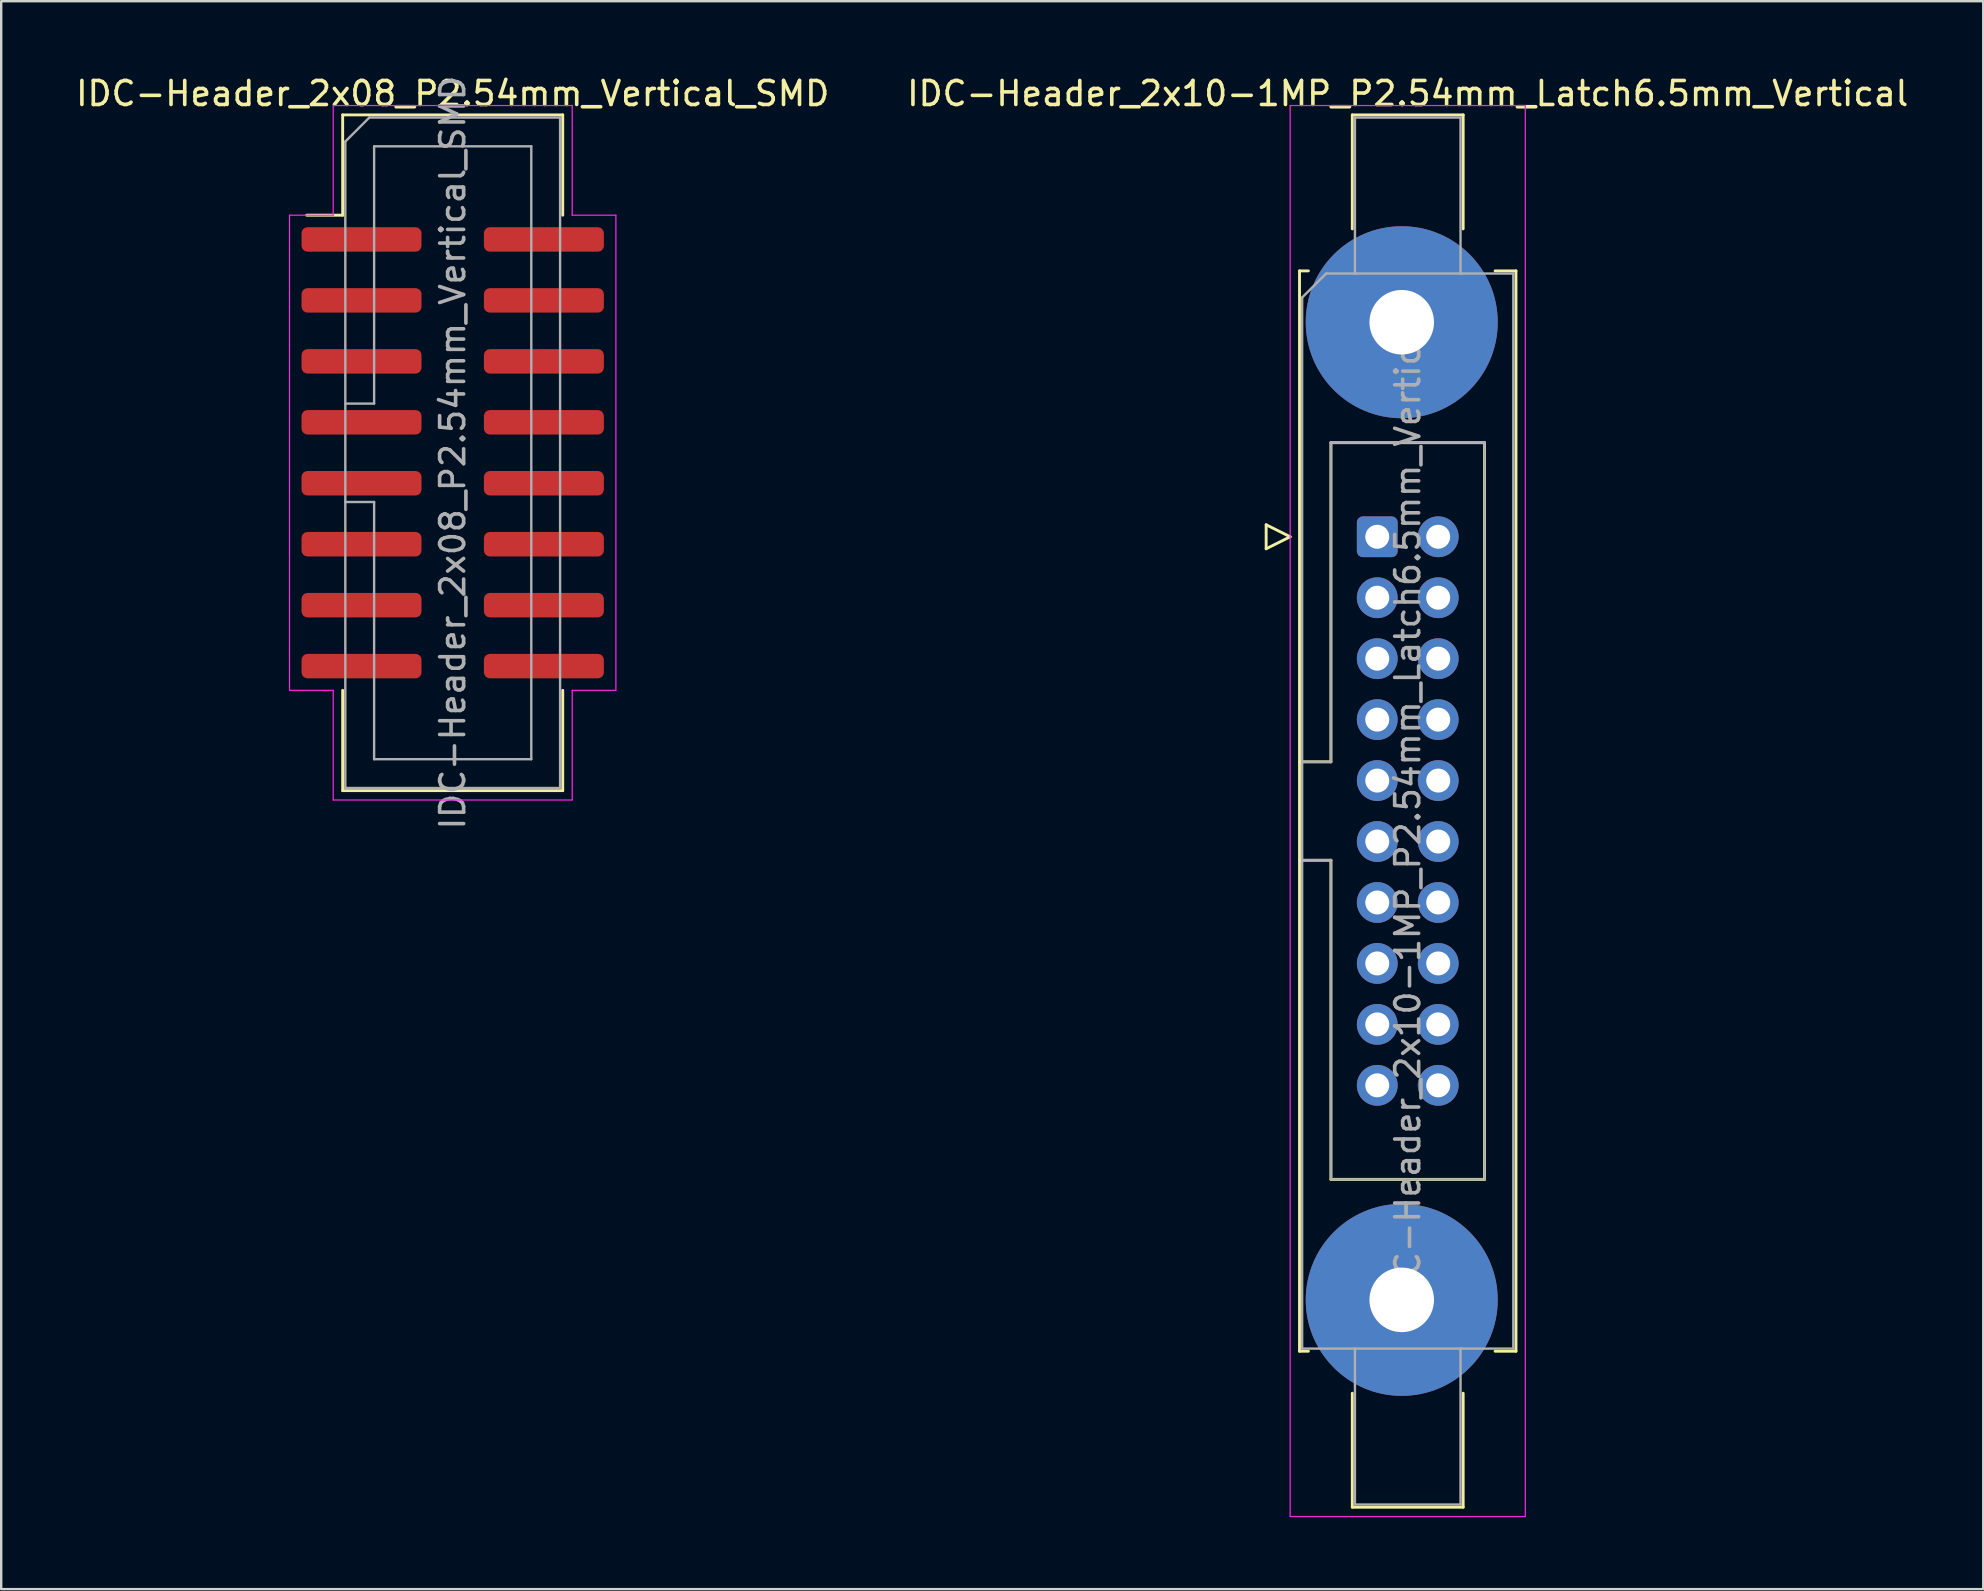
<source format=kicad_pcb>
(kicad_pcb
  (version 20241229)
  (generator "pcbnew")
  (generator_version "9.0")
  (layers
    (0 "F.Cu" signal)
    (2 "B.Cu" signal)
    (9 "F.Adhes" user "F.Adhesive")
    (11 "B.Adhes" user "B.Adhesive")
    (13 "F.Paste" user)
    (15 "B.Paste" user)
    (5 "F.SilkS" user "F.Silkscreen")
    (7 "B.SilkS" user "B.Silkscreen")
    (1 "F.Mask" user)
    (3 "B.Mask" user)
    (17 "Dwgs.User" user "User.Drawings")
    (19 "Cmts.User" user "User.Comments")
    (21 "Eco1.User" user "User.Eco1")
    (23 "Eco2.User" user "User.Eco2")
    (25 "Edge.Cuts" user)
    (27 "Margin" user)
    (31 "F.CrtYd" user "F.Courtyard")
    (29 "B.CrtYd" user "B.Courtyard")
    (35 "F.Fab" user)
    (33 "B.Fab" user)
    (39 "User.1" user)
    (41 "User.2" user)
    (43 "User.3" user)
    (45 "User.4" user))
  (footprint "IDC-Header_2x10-1MP_P2.54mm_Latch6.5mm_Vertical"
    (layer "F.Cu")
    (at 54.343 19.318)
    (property "Reference" "IDC-Header_2x10-1MP_P2.54mm_Latch6.5mm_Vertical" (at 1.27 -18.47 0) (layer "F.SilkS") (effects (font (size 1 1) (thickness 0.15))))
    (attr through_hole)
    (fp_line (start -4.63 -0.5) (end -4.63 0.5) (stroke (width 0.12) (type solid)) (layer "F.SilkS"))
    (fp_line (start -4.63 0.5) (end -3.63 0) (stroke (width 0.12) (type solid)) (layer "F.SilkS"))
    (fp_line (start -3.63 0) (end -4.63 -0.5) (stroke (width 0.12) (type solid)) (layer "F.SilkS"))
    (fp_line (start -3.24 -11.08) (end -3.24 33.94) (stroke (width 0.12) (type solid)) (layer "F.SilkS"))
    (fp_line (start -3.24 9.38) (end -1.93 9.38) (stroke (width 0.12) (type solid)) (layer "F.SilkS"))
    (fp_line (start -3.24 33.94) (end -2.87 33.94) (stroke (width 0.12) (type solid)) (layer "F.SilkS"))
    (fp_line (start -2.87 -11.08) (end -3.24 -11.08) (stroke (width 0.12) (type solid)) (layer "F.SilkS"))
    (fp_line (start -1.93 -3.92) (end 4.47 -3.92) (stroke (width 0.12) (type solid)) (layer "F.SilkS"))
    (fp_line (start -1.93 9.38) (end -1.93 -3.92) (stroke (width 0.12) (type solid)) (layer "F.SilkS"))
    (fp_line (start -1.93 13.48) (end -3.24 13.48) (stroke (width 0.12) (type solid)) (layer "F.SilkS"))
    (fp_line (start -1.93 26.78) (end -1.93 13.48) (stroke (width 0.12) (type solid)) (layer "F.SilkS"))
    (fp_line (start -1.04 -17.58) (end 3.58 -17.58) (stroke (width 0.12) (type solid)) (layer "F.SilkS"))
    (fp_line (start -1.04 -12.83) (end -1.04 -17.58) (stroke (width 0.12) (type solid)) (layer "F.SilkS"))
    (fp_line (start -1.04 35.69) (end -1.04 40.44) (stroke (width 0.12) (type solid)) (layer "F.SilkS"))
    (fp_line (start -1.04 40.44) (end 3.58 40.44) (stroke (width 0.12) (type solid)) (layer "F.SilkS"))
    (fp_line (start 3.58 -17.58) (end 3.58 -12.83) (stroke (width 0.12) (type solid)) (layer "F.SilkS"))
    (fp_line (start 3.58 40.44) (end 3.58 35.69) (stroke (width 0.12) (type solid)) (layer "F.SilkS"))
    (fp_line (start 4.47 -3.92) (end 4.47 26.78) (stroke (width 0.12) (type solid)) (layer "F.SilkS"))
    (fp_line (start 4.47 26.78) (end -1.93 26.78) (stroke (width 0.12) (type solid)) (layer "F.SilkS"))
    (fp_line (start 4.91 -11.08) (end 5.78 -11.08) (stroke (width 0.12) (type solid)) (layer "F.SilkS"))
    (fp_line (start 5.78 -11.08) (end 5.78 33.94) (stroke (width 0.12) (type solid)) (layer "F.SilkS"))
    (fp_line (start 5.78 33.94) (end 4.91 33.94) (stroke (width 0.12) (type solid)) (layer "F.SilkS"))
    (fp_line (start -3.63 -17.97) (end -3.63 40.83) (stroke (width 0.05) (type solid)) (layer "F.CrtYd"))
    (fp_line (start -3.63 40.83) (end 6.17 40.83) (stroke (width 0.05) (type solid)) (layer "F.CrtYd"))
    (fp_line (start 6.17 -17.97) (end -3.63 -17.97) (stroke (width 0.05) (type solid)) (layer "F.CrtYd"))
    (fp_line (start 6.17 40.83) (end 6.17 -17.97) (stroke (width 0.05) (type solid)) (layer "F.CrtYd"))
    (fp_line (start -3.13 -9.97) (end -2.13 -10.97) (stroke (width 0.1) (type solid)) (layer "F.Fab"))
    (fp_line (start -3.13 9.38) (end -1.93 9.38) (stroke (width 0.1) (type solid)) (layer "F.Fab"))
    (fp_line (start -3.13 33.83) (end -3.13 -9.97) (stroke (width 0.1) (type solid)) (layer "F.Fab"))
    (fp_line (start -2.13 -10.97) (end 5.67 -10.97) (stroke (width 0.1) (type solid)) (layer "F.Fab"))
    (fp_line (start -1.93 -3.92) (end 4.47 -3.92) (stroke (width 0.1) (type solid)) (layer "F.Fab"))
    (fp_line (start -1.93 9.38) (end -1.93 -3.92) (stroke (width 0.1) (type solid)) (layer "F.Fab"))
    (fp_line (start -1.93 13.48) (end -3.13 13.48) (stroke (width 0.1) (type solid)) (layer "F.Fab"))
    (fp_line (start -1.93 26.78) (end -1.93 13.48) (stroke (width 0.1) (type solid)) (layer "F.Fab"))
    (fp_line (start -0.93 -17.47) (end 3.47 -17.47) (stroke (width 0.1) (type solid)) (layer "F.Fab"))
    (fp_line (start -0.93 -10.97) (end -0.93 -17.47) (stroke (width 0.1) (type solid)) (layer "F.Fab"))
    (fp_line (start -0.93 33.83) (end -0.93 40.33) (stroke (width 0.1) (type solid)) (layer "F.Fab"))
    (fp_line (start -0.93 40.33) (end 3.47 40.33) (stroke (width 0.1) (type solid)) (layer "F.Fab"))
    (fp_line (start 3.47 -17.47) (end 3.47 -10.97) (stroke (width 0.1) (type solid)) (layer "F.Fab"))
    (fp_line (start 3.47 40.33) (end 3.47 33.83) (stroke (width 0.1) (type solid)) (layer "F.Fab"))
    (fp_line (start 4.47 -3.92) (end 4.47 26.78) (stroke (width 0.1) (type solid)) (layer "F.Fab"))
    (fp_line (start 4.47 26.78) (end -1.93 26.78) (stroke (width 0.1) (type solid)) (layer "F.Fab"))
    (fp_line (start 5.67 -10.97) (end 5.67 33.83) (stroke (width 0.1) (type solid)) (layer "F.Fab"))
    (fp_line (start 5.67 33.83) (end -3.13 33.83) (stroke (width 0.1) (type solid)) (layer "F.Fab"))
    (fp_text user "${REFERENCE}" (at 1.27 11.43 90) (layer "F.Fab") (effects (font (size 1 1) (thickness 0.15))))
    (pad "1" thru_hole roundrect (at 0 0) (size 1.7 1.7) (drill 1) (layers "*.Cu" "*.Mask") (roundrect_rratio 0.147))
    (pad "2" thru_hole circle (at 2.54 0) (size 1.7 1.7) (drill 1) (layers "*.Cu" "*.Mask"))
    (pad "3" thru_hole circle (at 0 2.54) (size 1.7 1.7) (drill 1) (layers "*.Cu" "*.Mask"))
    (pad "4" thru_hole circle (at 2.54 2.54) (size 1.7 1.7) (drill 1) (layers "*.Cu" "*.Mask"))
    (pad "5" thru_hole circle (at 0 5.08) (size 1.7 1.7) (drill 1) (layers "*.Cu" "*.Mask"))
    (pad "6" thru_hole circle (at 2.54 5.08) (size 1.7 1.7) (drill 1) (layers "*.Cu" "*.Mask"))
    (pad "7" thru_hole circle (at 0 7.62) (size 1.7 1.7) (drill 1) (layers "*.Cu" "*.Mask"))
    (pad "8" thru_hole circle (at 2.54 7.62) (size 1.7 1.7) (drill 1) (layers "*.Cu" "*.Mask"))
    (pad "9" thru_hole circle (at 0 10.16) (size 1.7 1.7) (drill 1) (layers "*.Cu" "*.Mask"))
    (pad "10" thru_hole circle (at 2.54 10.16) (size 1.7 1.7) (drill 1) (layers "*.Cu" "*.Mask"))
    (pad "11" thru_hole circle (at 0 12.7) (size 1.7 1.7) (drill 1) (layers "*.Cu" "*.Mask"))
    (pad "12" thru_hole circle (at 2.54 12.7) (size 1.7 1.7) (drill 1) (layers "*.Cu" "*.Mask"))
    (pad "13" thru_hole circle (at 0 15.24) (size 1.7 1.7) (drill 1) (layers "*.Cu" "*.Mask"))
    (pad "14" thru_hole circle (at 2.54 15.24) (size 1.7 1.7) (drill 1) (layers "*.Cu" "*.Mask"))
    (pad "15" thru_hole circle (at 0 17.78) (size 1.7 1.7) (drill 1) (layers "*.Cu" "*.Mask"))
    (pad "16" thru_hole circle (at 2.54 17.78) (size 1.7 1.7) (drill 1) (layers "*.Cu" "*.Mask"))
    (pad "17" thru_hole circle (at 0 20.32) (size 1.7 1.7) (drill 1) (layers "*.Cu" "*.Mask"))
    (pad "18" thru_hole circle (at 2.54 20.32) (size 1.7 1.7) (drill 1) (layers "*.Cu" "*.Mask"))
    (pad "19" thru_hole circle (at 0 22.86) (size 1.7 1.7) (drill 1) (layers "*.Cu" "*.Mask"))
    (pad "20" thru_hole circle (at 2.54 22.86) (size 1.7 1.7) (drill 1) (layers "*.Cu" "*.Mask"))
    (pad "MP" thru_hole circle (at 1.02 -8.94) (size 8 8) (drill 2.69) (layers "*.Cu" "*.Mask"))
    (pad "MP" thru_hole circle (at 1.02 31.8) (size 8 8) (drill 2.69) (layers "*.Cu" "*.Mask")))
  (footprint "IDC-Header_2x08_P2.54mm_Vertical_SMD"
    (layer "F.Cu")
    (at 15.815 15.818)
    (property "Reference" "IDC-Header_2x08_P2.54mm_Vertical_SMD" (at 0 -14.97 0) (layer "F.SilkS") (effects (font (size 1 1) (thickness 0.15))))
    (attr smd)
    (fp_line (start -4.585 -14.08) (end 4.585 -14.08) (stroke (width 0.12) (type solid)) (layer "F.SilkS"))
    (fp_line (start -4.585 -9.9) (end -6.085 -9.9) (stroke (width 0.12) (type solid)) (layer "F.SilkS"))
    (fp_line (start -4.585 -9.9) (end -4.585 -14.08) (stroke (width 0.12) (type solid)) (layer "F.SilkS"))
    (fp_line (start -4.585 9.9) (end -4.585 14.08) (stroke (width 0.12) (type solid)) (layer "F.SilkS"))
    (fp_line (start -4.585 14.08) (end 4.585 14.08) (stroke (width 0.12) (type solid)) (layer "F.SilkS"))
    (fp_line (start 4.585 -14.08) (end 4.585 -9.9) (stroke (width 0.12) (type solid)) (layer "F.SilkS"))
    (fp_line (start 4.585 14.08) (end 4.585 9.9) (stroke (width 0.12) (type solid)) (layer "F.SilkS"))
    (fp_line (start -6.8 -9.9) (end -6.8 9.9) (stroke (width 0.05) (type solid)) (layer "F.CrtYd"))
    (fp_line (start -6.8 9.9) (end -4.98 9.9) (stroke (width 0.05) (type solid)) (layer "F.CrtYd"))
    (fp_line (start -4.98 -14.47) (end -4.98 -9.9) (stroke (width 0.05) (type solid)) (layer "F.CrtYd"))
    (fp_line (start -4.98 -9.9) (end -6.8 -9.9) (stroke (width 0.05) (type solid)) (layer "F.CrtYd"))
    (fp_line (start -4.98 9.9) (end -4.98 14.47) (stroke (width 0.05) (type solid)) (layer "F.CrtYd"))
    (fp_line (start -4.98 14.47) (end 4.98 14.47) (stroke (width 0.05) (type solid)) (layer "F.CrtYd"))
    (fp_line (start 4.98 -14.47) (end -4.98 -14.47) (stroke (width 0.05) (type solid)) (layer "F.CrtYd"))
    (fp_line (start 4.98 -9.9) (end 4.98 -14.47) (stroke (width 0.05) (type solid)) (layer "F.CrtYd"))
    (fp_line (start 4.98 9.9) (end 6.8 9.9) (stroke (width 0.05) (type solid)) (layer "F.CrtYd"))
    (fp_line (start 4.98 14.47) (end 4.98 9.9) (stroke (width 0.05) (type solid)) (layer "F.CrtYd"))
    (fp_line (start 6.8 -9.9) (end 4.98 -9.9) (stroke (width 0.05) (type solid)) (layer "F.CrtYd"))
    (fp_line (start 6.8 9.9) (end 6.8 -9.9) (stroke (width 0.05) (type solid)) (layer "F.CrtYd"))
    (fp_line (start -4.475 -12.97) (end -3.475 -13.97) (stroke (width 0.1) (type solid)) (layer "F.Fab"))
    (fp_line (start -4.475 -2.05) (end -3.275 -2.05) (stroke (width 0.1) (type solid)) (layer "F.Fab"))
    (fp_line (start -4.475 13.97) (end -4.475 -12.97) (stroke (width 0.1) (type solid)) (layer "F.Fab"))
    (fp_line (start -3.475 -13.97) (end 4.475 -13.97) (stroke (width 0.1) (type solid)) (layer "F.Fab"))
    (fp_line (start -3.275 -12.77) (end 3.275 -12.77) (stroke (width 0.1) (type solid)) (layer "F.Fab"))
    (fp_line (start -3.275 -2.05) (end -3.275 -12.77) (stroke (width 0.1) (type solid)) (layer "F.Fab"))
    (fp_line (start -3.275 2.05) (end -4.475 2.05) (stroke (width 0.1) (type solid)) (layer "F.Fab"))
    (fp_line (start -3.275 12.77) (end -3.275 2.05) (stroke (width 0.1) (type solid)) (layer "F.Fab"))
    (fp_line (start 3.275 -12.77) (end 3.275 12.77) (stroke (width 0.1) (type solid)) (layer "F.Fab"))
    (fp_line (start 3.275 12.77) (end -3.275 12.77) (stroke (width 0.1) (type solid)) (layer "F.Fab"))
    (fp_line (start 4.475 -13.97) (end 4.475 13.97) (stroke (width 0.1) (type solid)) (layer "F.Fab"))
    (fp_line (start 4.475 13.97) (end -4.475 13.97) (stroke (width 0.1) (type solid)) (layer "F.Fab"))
    (fp_text user "${REFERENCE}" (at 0 0 90) (layer "F.Fab") (effects (font (size 1 1) (thickness 0.15))))
    (pad "1" smd roundrect (at -3.8 -8.89) (size 5 1.02) (layers "F.Cu" "F.Mask" "F.Paste") (roundrect_rratio 0.245))
    (pad "2" smd roundrect (at 3.8 -8.89) (size 5 1.02) (layers "F.Cu" "F.Mask" "F.Paste") (roundrect_rratio 0.245))
    (pad "3" smd roundrect (at -3.8 -6.35) (size 5 1.02) (layers "F.Cu" "F.Mask" "F.Paste") (roundrect_rratio 0.245))
    (pad "4" smd roundrect (at 3.8 -6.35) (size 5 1.02) (layers "F.Cu" "F.Mask" "F.Paste") (roundrect_rratio 0.245))
    (pad "5" smd roundrect (at -3.8 -3.81) (size 5 1.02) (layers "F.Cu" "F.Mask" "F.Paste") (roundrect_rratio 0.245))
    (pad "6" smd roundrect (at 3.8 -3.81) (size 5 1.02) (layers "F.Cu" "F.Mask" "F.Paste") (roundrect_rratio 0.245))
    (pad "7" smd roundrect (at -3.8 -1.27) (size 5 1.02) (layers "F.Cu" "F.Mask" "F.Paste") (roundrect_rratio 0.245))
    (pad "8" smd roundrect (at 3.8 -1.27) (size 5 1.02) (layers "F.Cu" "F.Mask" "F.Paste") (roundrect_rratio 0.245))
    (pad "9" smd roundrect (at -3.8 1.27) (size 5 1.02) (layers "F.Cu" "F.Mask" "F.Paste") (roundrect_rratio 0.245))
    (pad "10" smd roundrect (at 3.8 1.27) (size 5 1.02) (layers "F.Cu" "F.Mask" "F.Paste") (roundrect_rratio 0.245))
    (pad "11" smd roundrect (at -3.8 3.81) (size 5 1.02) (layers "F.Cu" "F.Mask" "F.Paste") (roundrect_rratio 0.245))
    (pad "12" smd roundrect (at 3.8 3.81) (size 5 1.02) (layers "F.Cu" "F.Mask" "F.Paste") (roundrect_rratio 0.245))
    (pad "13" smd roundrect (at -3.8 6.35) (size 5 1.02) (layers "F.Cu" "F.Mask" "F.Paste") (roundrect_rratio 0.245))
    (pad "14" smd roundrect (at 3.8 6.35) (size 5 1.02) (layers "F.Cu" "F.Mask" "F.Paste") (roundrect_rratio 0.245))
    (pad "15" smd roundrect (at -3.8 8.89) (size 5 1.02) (layers "F.Cu" "F.Mask" "F.Paste") (roundrect_rratio 0.245))
    (pad "16" smd roundrect (at 3.8 8.89) (size 5 1.02) (layers "F.Cu" "F.Mask" "F.Paste") (roundrect_rratio 0.245)))
  (gr_rect
    (start -3 -3)
    (end 79.595 63.173)
    (stroke (width 0.1) (type default))
    (fill no)
    (layer "Edge.Cuts")))
</source>
